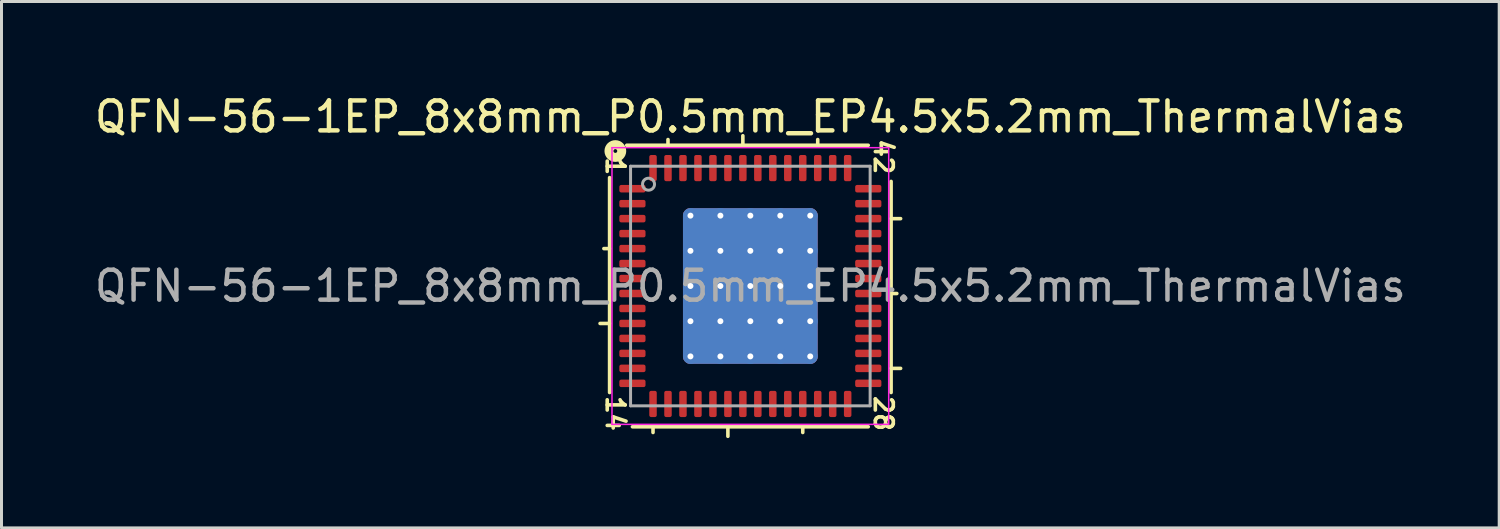
<source format=kicad_pcb>
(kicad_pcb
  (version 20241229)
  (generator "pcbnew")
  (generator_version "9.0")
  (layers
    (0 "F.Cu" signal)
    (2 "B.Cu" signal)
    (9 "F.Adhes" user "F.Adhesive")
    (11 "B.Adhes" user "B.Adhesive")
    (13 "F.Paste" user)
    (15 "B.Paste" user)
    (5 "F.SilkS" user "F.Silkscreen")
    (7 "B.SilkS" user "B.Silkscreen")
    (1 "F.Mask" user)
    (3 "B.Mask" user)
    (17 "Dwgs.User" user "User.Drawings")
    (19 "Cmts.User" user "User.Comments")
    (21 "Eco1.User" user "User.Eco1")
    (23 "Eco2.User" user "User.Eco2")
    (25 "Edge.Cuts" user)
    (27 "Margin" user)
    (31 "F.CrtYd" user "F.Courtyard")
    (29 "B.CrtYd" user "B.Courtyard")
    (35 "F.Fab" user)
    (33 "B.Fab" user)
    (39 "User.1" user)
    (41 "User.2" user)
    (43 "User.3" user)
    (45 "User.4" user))
  (footprint "QFN-56-1EP_8x8mm_P0.5mm_EP4.5x5.2mm_ThermalVias"
    (layer "F.Cu")
    (at 22.006 6.501)
    (property "Reference" "QFN-56-1EP_8x8mm_P0.5mm_EP4.5x5.2mm_ThermalVias" (at 0 -5.652 0) (layer "F.SilkS") (effects (font (size 1 1) (thickness 0.15))))
    (attr smd)
    (fp_line (start -4.7 -3.619) (end -4.7 3.556) (stroke (width 0.12) (type solid)) (layer "F.SilkS"))
    (fp_line (start -4.7 -1.25) (end -4.891 -1.25) (stroke (width 0.12) (type solid)) (layer "F.SilkS"))
    (fp_line (start -4.7 1.25) (end -5.018 1.25) (stroke (width 0.12) (type solid)) (layer "F.SilkS"))
    (fp_line (start -3.937 4.7) (end 3.937 4.7) (stroke (width 0.12) (type solid)) (layer "F.SilkS"))
    (fp_line (start -3.25 4.891) (end -3.25 4.7) (stroke (width 0.12) (type solid)) (layer "F.SilkS"))
    (fp_line (start -2.75 -4.7) (end -2.75 -4.891) (stroke (width 0.12) (type solid)) (layer "F.SilkS"))
    (fp_line (start -0.75 5.018) (end -0.75 4.7) (stroke (width 0.12) (type solid)) (layer "F.SilkS"))
    (fp_line (start -0.25 -4.7) (end -0.25 -5.018) (stroke (width 0.12) (type solid)) (layer "F.SilkS"))
    (fp_line (start 1.75 4.891) (end 1.75 4.7) (stroke (width 0.12) (type solid)) (layer "F.SilkS"))
    (fp_line (start 2.25 -4.7) (end 2.25 -4.891) (stroke (width 0.12) (type solid)) (layer "F.SilkS"))
    (fp_line (start 3.937 -4.7) (end -4.128 -4.7) (stroke (width 0.12) (type solid)) (layer "F.SilkS"))
    (fp_line (start 4.7 -2.25) (end 5.018 -2.25) (stroke (width 0.12) (type solid)) (layer "F.SilkS"))
    (fp_line (start 4.7 0.25) (end 4.891 0.25) (stroke (width 0.12) (type solid)) (layer "F.SilkS"))
    (fp_line (start 4.7 2.75) (end 5.018 2.75) (stroke (width 0.12) (type solid)) (layer "F.SilkS"))
    (fp_line (start 4.7 3.556) (end 4.7 -3.493) (stroke (width 0.12) (type solid)) (layer "F.SilkS"))
    (fp_circle (center -4.508 -4.508) (end -4.445 -4.508) (stroke (width 0.3) (type solid)) (fill no) (layer "F.SilkS"))
    (fp_line (start -4.62 -4.62) (end -4.62 4.62) (stroke (width 0.05) (type solid)) (layer "F.CrtYd"))
    (fp_line (start -4.62 4.62) (end 4.62 4.62) (stroke (width 0.05) (type solid)) (layer "F.CrtYd"))
    (fp_line (start 4.62 -4.62) (end -4.62 -4.62) (stroke (width 0.05) (type solid)) (layer "F.CrtYd"))
    (fp_line (start 4.62 4.62) (end 4.62 -4.62) (stroke (width 0.05) (type solid)) (layer "F.CrtYd"))
    (fp_line (start -4 -4) (end 4 -4) (stroke (width 0.1) (type solid)) (layer "F.Fab"))
    (fp_line (start -4 4) (end -4 -4) (stroke (width 0.1) (type solid)) (layer "F.Fab"))
    (fp_line (start 4 -4) (end 4 4) (stroke (width 0.1) (type solid)) (layer "F.Fab"))
    (fp_line (start 4 4) (end -4 4) (stroke (width 0.1) (type solid)) (layer "F.Fab"))
    (fp_circle (center -3.4 -3.4) (end -3.2 -3.4) (stroke (width 0.1) (type solid)) (fill no) (layer "F.Fab"))
    (fp_text user "28" (at 4.445 4.255 270) (unlocked yes) (layer "F.SilkS") (effects (font (size 0.6 0.6) (thickness 0.12))))
    (fp_text user "1" (at -4.508 -4 270) (unlocked yes) (layer "F.SilkS") (effects (font (size 0.6 0.6) (thickness 0.12))))
    (fp_text user "14" (at -4.508 4.255 270) (unlocked yes) (layer "F.SilkS") (effects (font (size 0.6 0.6) (thickness 0.12))))
    (fp_text user "42" (at 4.445 -4.318 270) (unlocked yes) (layer "F.SilkS") (effects (font (size 0.6 0.6) (thickness 0.12))))
    (fp_text user "${REFERENCE}" (at 0 0 0) (layer "F.Fab") (effects (font (size 1 1) (thickness 0.15))))
    (pad "" smd custom (at -1.5 -1.762) (size 0.776 0.776) (layers "F.Paste") (options (anchor circle)) (primitives (gr_poly (pts (xy 0.341 -0.33) (xy 0.341 0.33) (xy 0.262 0.408) (xy -0.262 0.408) (xy -0.341 0.33) (xy -0.341 -0.33) (xy -0.262 -0.408) (xy 0.262 -0.408)) (width 0.19) (fill yes))))
    (pad "" smd custom (at -1.5 -0.588) (size 0.776 0.776) (layers "F.Paste") (options (anchor circle)) (primitives (gr_poly (pts (xy 0.341 -0.33) (xy 0.341 0.33) (xy 0.262 0.408) (xy -0.262 0.408) (xy -0.341 0.33) (xy -0.341 -0.33) (xy -0.262 -0.408) (xy 0.262 -0.408)) (width 0.19) (fill yes))))
    (pad "" smd custom (at -1.5 0.588) (size 0.776 0.776) (layers "F.Paste") (options (anchor circle)) (primitives (gr_poly (pts (xy 0.341 -0.33) (xy 0.341 0.33) (xy 0.262 0.408) (xy -0.262 0.408) (xy -0.341 0.33) (xy -0.341 -0.33) (xy -0.262 -0.408) (xy 0.262 -0.408)) (width 0.19) (fill yes))))
    (pad "" smd custom (at -1.5 1.762) (size 0.776 0.776) (layers "F.Paste") (options (anchor circle)) (primitives (gr_poly (pts (xy 0.341 -0.33) (xy 0.341 0.33) (xy 0.262 0.408) (xy -0.262 0.408) (xy -0.341 0.33) (xy -0.341 -0.33) (xy -0.262 -0.408) (xy 0.262 -0.408)) (width 0.19) (fill yes))))
    (pad "" smd custom (at -0.5 -1.762) (size 0.776 0.776) (layers "F.Paste") (options (anchor circle)) (primitives (gr_poly (pts (xy 0.341 -0.33) (xy 0.341 0.33) (xy 0.262 0.408) (xy -0.262 0.408) (xy -0.341 0.33) (xy -0.341 -0.33) (xy -0.262 -0.408) (xy 0.262 -0.408)) (width 0.19) (fill yes))))
    (pad "" smd custom (at -0.5 -0.588) (size 0.776 0.776) (layers "F.Paste") (options (anchor circle)) (primitives (gr_poly (pts (xy 0.341 -0.33) (xy 0.341 0.33) (xy 0.262 0.408) (xy -0.262 0.408) (xy -0.341 0.33) (xy -0.341 -0.33) (xy -0.262 -0.408) (xy 0.262 -0.408)) (width 0.19) (fill yes))))
    (pad "" smd custom (at -0.5 0.588) (size 0.776 0.776) (layers "F.Paste") (options (anchor circle)) (primitives (gr_poly (pts (xy 0.341 -0.33) (xy 0.341 0.33) (xy 0.262 0.408) (xy -0.262 0.408) (xy -0.341 0.33) (xy -0.341 -0.33) (xy -0.262 -0.408) (xy 0.262 -0.408)) (width 0.19) (fill yes))))
    (pad "" smd custom (at -0.5 1.762) (size 0.776 0.776) (layers "F.Paste") (options (anchor circle)) (primitives (gr_poly (pts (xy 0.341 -0.33) (xy 0.341 0.33) (xy 0.262 0.408) (xy -0.262 0.408) (xy -0.341 0.33) (xy -0.341 -0.33) (xy -0.262 -0.408) (xy 0.262 -0.408)) (width 0.19) (fill yes))))
    (pad "" smd custom (at 0.5 -1.762) (size 0.776 0.776) (layers "F.Paste") (options (anchor circle)) (primitives (gr_poly (pts (xy 0.341 -0.33) (xy 0.341 0.33) (xy 0.262 0.408) (xy -0.262 0.408) (xy -0.341 0.33) (xy -0.341 -0.33) (xy -0.262 -0.408) (xy 0.262 -0.408)) (width 0.19) (fill yes))))
    (pad "" smd custom (at 0.5 -0.588) (size 0.776 0.776) (layers "F.Paste") (options (anchor circle)) (primitives (gr_poly (pts (xy 0.341 -0.33) (xy 0.341 0.33) (xy 0.262 0.408) (xy -0.262 0.408) (xy -0.341 0.33) (xy -0.341 -0.33) (xy -0.262 -0.408) (xy 0.262 -0.408)) (width 0.19) (fill yes))))
    (pad "" smd custom (at 0.5 0.588) (size 0.776 0.776) (layers "F.Paste") (options (anchor circle)) (primitives (gr_poly (pts (xy 0.341 -0.33) (xy 0.341 0.33) (xy 0.262 0.408) (xy -0.262 0.408) (xy -0.341 0.33) (xy -0.341 -0.33) (xy -0.262 -0.408) (xy 0.262 -0.408)) (width 0.19) (fill yes))))
    (pad "" smd custom (at 0.5 1.762) (size 0.776 0.776) (layers "F.Paste") (options (anchor circle)) (primitives (gr_poly (pts (xy 0.341 -0.33) (xy 0.341 0.33) (xy 0.262 0.408) (xy -0.262 0.408) (xy -0.341 0.33) (xy -0.341 -0.33) (xy -0.262 -0.408) (xy 0.262 -0.408)) (width 0.19) (fill yes))))
    (pad "" smd custom (at 1.5 -1.762) (size 0.776 0.776) (layers "F.Paste") (options (anchor circle)) (primitives (gr_poly (pts (xy 0.341 -0.33) (xy 0.341 0.33) (xy 0.262 0.408) (xy -0.262 0.408) (xy -0.341 0.33) (xy -0.341 -0.33) (xy -0.262 -0.408) (xy 0.262 -0.408)) (width 0.19) (fill yes))))
    (pad "" smd custom (at 1.5 -0.588) (size 0.776 0.776) (layers "F.Paste") (options (anchor circle)) (primitives (gr_poly (pts (xy 0.341 -0.33) (xy 0.341 0.33) (xy 0.262 0.408) (xy -0.262 0.408) (xy -0.341 0.33) (xy -0.341 -0.33) (xy -0.262 -0.408) (xy 0.262 -0.408)) (width 0.19) (fill yes))))
    (pad "" smd custom (at 1.5 0.588) (size 0.776 0.776) (layers "F.Paste") (options (anchor circle)) (primitives (gr_poly (pts (xy 0.341 -0.33) (xy 0.341 0.33) (xy 0.262 0.408) (xy -0.262 0.408) (xy -0.341 0.33) (xy -0.341 -0.33) (xy -0.262 -0.408) (xy 0.262 -0.408)) (width 0.19) (fill yes))))
    (pad "" smd custom (at 1.5 1.762) (size 0.776 0.776) (layers "F.Paste") (options (anchor circle)) (primitives (gr_poly (pts (xy 0.341 -0.33) (xy 0.341 0.33) (xy 0.262 0.408) (xy -0.262 0.408) (xy -0.341 0.33) (xy -0.341 -0.33) (xy -0.262 -0.408) (xy 0.262 -0.408)) (width 0.19) (fill yes))))
    (pad "1" smd roundrect (at -3.938 -3.25) (size 0.875 0.25) (layers "F.Cu" "F.Mask" "F.Paste") (roundrect_rratio 0.25))
    (pad "2" smd roundrect (at -3.938 -2.75) (size 0.875 0.25) (layers "F.Cu" "F.Mask" "F.Paste") (roundrect_rratio 0.25))
    (pad "3" smd roundrect (at -3.938 -2.25) (size 0.875 0.25) (layers "F.Cu" "F.Mask" "F.Paste") (roundrect_rratio 0.25))
    (pad "4" smd roundrect (at -3.938 -1.75) (size 0.875 0.25) (layers "F.Cu" "F.Mask" "F.Paste") (roundrect_rratio 0.25))
    (pad "5" smd roundrect (at -3.938 -1.25) (size 0.875 0.25) (layers "F.Cu" "F.Mask" "F.Paste") (roundrect_rratio 0.25))
    (pad "6" smd roundrect (at -3.938 -0.75) (size 0.875 0.25) (layers "F.Cu" "F.Mask" "F.Paste") (roundrect_rratio 0.25))
    (pad "7" smd roundrect (at -3.938 -0.25) (size 0.875 0.25) (layers "F.Cu" "F.Mask" "F.Paste") (roundrect_rratio 0.25))
    (pad "8" smd roundrect (at -3.938 0.25) (size 0.875 0.25) (layers "F.Cu" "F.Mask" "F.Paste") (roundrect_rratio 0.25))
    (pad "9" smd roundrect (at -3.938 0.75) (size 0.875 0.25) (layers "F.Cu" "F.Mask" "F.Paste") (roundrect_rratio 0.25))
    (pad "10" smd roundrect (at -3.938 1.25) (size 0.875 0.25) (layers "F.Cu" "F.Mask" "F.Paste") (roundrect_rratio 0.25))
    (pad "11" smd roundrect (at -3.938 1.75) (size 0.875 0.25) (layers "F.Cu" "F.Mask" "F.Paste") (roundrect_rratio 0.25))
    (pad "12" smd roundrect (at -3.938 2.25) (size 0.875 0.25) (layers "F.Cu" "F.Mask" "F.Paste") (roundrect_rratio 0.25))
    (pad "13" smd roundrect (at -3.938 2.75) (size 0.875 0.25) (layers "F.Cu" "F.Mask" "F.Paste") (roundrect_rratio 0.25))
    (pad "14" smd roundrect (at -3.938 3.25) (size 0.875 0.25) (layers "F.Cu" "F.Mask" "F.Paste") (roundrect_rratio 0.25))
    (pad "15" smd roundrect (at -3.25 3.938) (size 0.25 0.875) (layers "F.Cu" "F.Mask" "F.Paste") (roundrect_rratio 0.25))
    (pad "16" smd roundrect (at -2.75 3.938) (size 0.25 0.875) (layers "F.Cu" "F.Mask" "F.Paste") (roundrect_rratio 0.25))
    (pad "17" smd roundrect (at -2.25 3.938) (size 0.25 0.875) (layers "F.Cu" "F.Mask" "F.Paste") (roundrect_rratio 0.25))
    (pad "18" smd roundrect (at -1.75 3.938) (size 0.25 0.875) (layers "F.Cu" "F.Mask" "F.Paste") (roundrect_rratio 0.25))
    (pad "19" smd roundrect (at -1.25 3.938) (size 0.25 0.875) (layers "F.Cu" "F.Mask" "F.Paste") (roundrect_rratio 0.25))
    (pad "20" smd roundrect (at -0.75 3.938) (size 0.25 0.875) (layers "F.Cu" "F.Mask" "F.Paste") (roundrect_rratio 0.25))
    (pad "21" smd roundrect (at -0.25 3.938) (size 0.25 0.875) (layers "F.Cu" "F.Mask" "F.Paste") (roundrect_rratio 0.25))
    (pad "22" smd roundrect (at 0.25 3.938) (size 0.25 0.875) (layers "F.Cu" "F.Mask" "F.Paste") (roundrect_rratio 0.25))
    (pad "23" smd roundrect (at 0.75 3.938) (size 0.25 0.875) (layers "F.Cu" "F.Mask" "F.Paste") (roundrect_rratio 0.25))
    (pad "24" smd roundrect (at 1.25 3.938) (size 0.25 0.875) (layers "F.Cu" "F.Mask" "F.Paste") (roundrect_rratio 0.25))
    (pad "25" smd roundrect (at 1.75 3.938) (size 0.25 0.875) (layers "F.Cu" "F.Mask" "F.Paste") (roundrect_rratio 0.25))
    (pad "26" smd roundrect (at 2.25 3.938) (size 0.25 0.875) (layers "F.Cu" "F.Mask" "F.Paste") (roundrect_rratio 0.25))
    (pad "27" smd roundrect (at 2.75 3.938) (size 0.25 0.875) (layers "F.Cu" "F.Mask" "F.Paste") (roundrect_rratio 0.25))
    (pad "28" smd roundrect (at 3.25 3.938) (size 0.25 0.875) (layers "F.Cu" "F.Mask" "F.Paste") (roundrect_rratio 0.25))
    (pad "29" smd roundrect (at 3.938 3.25) (size 0.875 0.25) (layers "F.Cu" "F.Mask" "F.Paste") (roundrect_rratio 0.25))
    (pad "30" smd roundrect (at 3.938 2.75) (size 0.875 0.25) (layers "F.Cu" "F.Mask" "F.Paste") (roundrect_rratio 0.25))
    (pad "31" smd roundrect (at 3.938 2.25) (size 0.875 0.25) (layers "F.Cu" "F.Mask" "F.Paste") (roundrect_rratio 0.25))
    (pad "32" smd roundrect (at 3.938 1.75) (size 0.875 0.25) (layers "F.Cu" "F.Mask" "F.Paste") (roundrect_rratio 0.25))
    (pad "33" smd roundrect (at 3.938 1.25) (size 0.875 0.25) (layers "F.Cu" "F.Mask" "F.Paste") (roundrect_rratio 0.25))
    (pad "34" smd roundrect (at 3.938 0.75) (size 0.875 0.25) (layers "F.Cu" "F.Mask" "F.Paste") (roundrect_rratio 0.25))
    (pad "35" smd roundrect (at 3.938 0.25) (size 0.875 0.25) (layers "F.Cu" "F.Mask" "F.Paste") (roundrect_rratio 0.25))
    (pad "36" smd roundrect (at 3.938 -0.25) (size 0.875 0.25) (layers "F.Cu" "F.Mask" "F.Paste") (roundrect_rratio 0.25))
    (pad "37" smd roundrect (at 3.938 -0.75) (size 0.875 0.25) (layers "F.Cu" "F.Mask" "F.Paste") (roundrect_rratio 0.25))
    (pad "38" smd roundrect (at 3.938 -1.25) (size 0.875 0.25) (layers "F.Cu" "F.Mask" "F.Paste") (roundrect_rratio 0.25))
    (pad "39" smd roundrect (at 3.938 -1.75) (size 0.875 0.25) (layers "F.Cu" "F.Mask" "F.Paste") (roundrect_rratio 0.25))
    (pad "40" smd roundrect (at 3.938 -2.25) (size 0.875 0.25) (layers "F.Cu" "F.Mask" "F.Paste") (roundrect_rratio 0.25))
    (pad "41" smd roundrect (at 3.938 -2.75) (size 0.875 0.25) (layers "F.Cu" "F.Mask" "F.Paste") (roundrect_rratio 0.25))
    (pad "42" smd roundrect (at 3.938 -3.25) (size 0.875 0.25) (layers "F.Cu" "F.Mask" "F.Paste") (roundrect_rratio 0.25))
    (pad "43" smd roundrect (at 3.25 -3.938) (size 0.25 0.875) (layers "F.Cu" "F.Mask" "F.Paste") (roundrect_rratio 0.25))
    (pad "44" smd roundrect (at 2.75 -3.938) (size 0.25 0.875) (layers "F.Cu" "F.Mask" "F.Paste") (roundrect_rratio 0.25))
    (pad "45" smd roundrect (at 2.25 -3.938) (size 0.25 0.875) (layers "F.Cu" "F.Mask" "F.Paste") (roundrect_rratio 0.25))
    (pad "46" smd roundrect (at 1.75 -3.938) (size 0.25 0.875) (layers "F.Cu" "F.Mask" "F.Paste") (roundrect_rratio 0.25))
    (pad "47" smd roundrect (at 1.25 -3.938) (size 0.25 0.875) (layers "F.Cu" "F.Mask" "F.Paste") (roundrect_rratio 0.25))
    (pad "48" smd roundrect (at 0.75 -3.938) (size 0.25 0.875) (layers "F.Cu" "F.Mask" "F.Paste") (roundrect_rratio 0.25))
    (pad "49" smd roundrect (at 0.25 -3.938) (size 0.25 0.875) (layers "F.Cu" "F.Mask" "F.Paste") (roundrect_rratio 0.25))
    (pad "50" smd roundrect (at -0.25 -3.938) (size 0.25 0.875) (layers "F.Cu" "F.Mask" "F.Paste") (roundrect_rratio 0.25))
    (pad "51" smd roundrect (at -0.75 -3.938) (size 0.25 0.875) (layers "F.Cu" "F.Mask" "F.Paste") (roundrect_rratio 0.25))
    (pad "52" smd roundrect (at -1.25 -3.938) (size 0.25 0.875) (layers "F.Cu" "F.Mask" "F.Paste") (roundrect_rratio 0.25))
    (pad "53" smd roundrect (at -1.75 -3.938) (size 0.25 0.875) (layers "F.Cu" "F.Mask" "F.Paste") (roundrect_rratio 0.25))
    (pad "54" smd roundrect (at -2.25 -3.938) (size 0.25 0.875) (layers "F.Cu" "F.Mask" "F.Paste") (roundrect_rratio 0.25))
    (pad "55" smd roundrect (at -2.75 -3.938) (size 0.25 0.875) (layers "F.Cu" "F.Mask" "F.Paste") (roundrect_rratio 0.25))
    (pad "56" smd roundrect (at -3.25 -3.938) (size 0.25 0.875) (layers "F.Cu" "F.Mask" "F.Paste") (roundrect_rratio 0.25))
    (pad "57" thru_hole circle (at -2 -2.35) (size 0.5 0.5) (drill 0.2) (property pad_prop_heatsink) (layers "*.Cu"))
    (pad "57" thru_hole circle (at -2 -1.175) (size 0.5 0.5) (drill 0.2) (property pad_prop_heatsink) (layers "*.Cu"))
    (pad "57" thru_hole circle (at -2 0) (size 0.5 0.5) (drill 0.2) (property pad_prop_heatsink) (layers "*.Cu"))
    (pad "57" thru_hole circle (at -2 1.175) (size 0.5 0.5) (drill 0.2) (property pad_prop_heatsink) (layers "*.Cu"))
    (pad "57" thru_hole circle (at -2 2.35) (size 0.5 0.5) (drill 0.2) (property pad_prop_heatsink) (layers "*.Cu"))
    (pad "57" thru_hole circle (at -1 -2.35) (size 0.5 0.5) (drill 0.2) (property pad_prop_heatsink) (layers "*.Cu"))
    (pad "57" thru_hole circle (at -1 -1.175) (size 0.5 0.5) (drill 0.2) (property pad_prop_heatsink) (layers "*.Cu"))
    (pad "57" thru_hole circle (at -1 0) (size 0.5 0.5) (drill 0.2) (property pad_prop_heatsink) (layers "*.Cu"))
    (pad "57" thru_hole circle (at -1 1.175) (size 0.5 0.5) (drill 0.2) (property pad_prop_heatsink) (layers "*.Cu"))
    (pad "57" thru_hole circle (at -1 2.35) (size 0.5 0.5) (drill 0.2) (property pad_prop_heatsink) (layers "*.Cu"))
    (pad "57" thru_hole circle (at 0 -2.35) (size 0.5 0.5) (drill 0.2) (property pad_prop_heatsink) (layers "*.Cu"))
    (pad "57" thru_hole circle (at 0 -1.175) (size 0.5 0.5) (drill 0.2) (property pad_prop_heatsink) (layers "*.Cu"))
    (pad "57" thru_hole circle (at 0 0) (size 0.5 0.5) (drill 0.2) (property pad_prop_heatsink) (layers "*.Cu"))
    (pad "57" smd roundrect (at 0 0) (size 4.5 5.2) (layers "F.Cu" "F.Mask") (roundrect_rratio 0.056))
    (pad "57" smd roundrect (at 0 0) (size 4.5 5.2) (layers "B.Cu" "B.Mask") (roundrect_rratio 0.056))
    (pad "57" thru_hole circle (at 0 1.175) (size 0.5 0.5) (drill 0.2) (property pad_prop_heatsink) (layers "*.Cu"))
    (pad "57" thru_hole circle (at 0 2.35) (size 0.5 0.5) (drill 0.2) (property pad_prop_heatsink) (layers "*.Cu"))
    (pad "57" thru_hole circle (at 1 -2.35) (size 0.5 0.5) (drill 0.2) (property pad_prop_heatsink) (layers "*.Cu"))
    (pad "57" thru_hole circle (at 1 -1.175) (size 0.5 0.5) (drill 0.2) (property pad_prop_heatsink) (layers "*.Cu"))
    (pad "57" thru_hole circle (at 1 0) (size 0.5 0.5) (drill 0.2) (property pad_prop_heatsink) (layers "*.Cu"))
    (pad "57" thru_hole circle (at 1 1.175) (size 0.5 0.5) (drill 0.2) (property pad_prop_heatsink) (layers "*.Cu"))
    (pad "57" thru_hole circle (at 1 2.35) (size 0.5 0.5) (drill 0.2) (property pad_prop_heatsink) (layers "*.Cu"))
    (pad "57" thru_hole circle (at 2 -2.35) (size 0.5 0.5) (drill 0.2) (property pad_prop_heatsink) (layers "*.Cu"))
    (pad "57" thru_hole circle (at 2 -1.175) (size 0.5 0.5) (drill 0.2) (property pad_prop_heatsink) (layers "*.Cu"))
    (pad "57" thru_hole circle (at 2 0) (size 0.5 0.5) (drill 0.2) (property pad_prop_heatsink) (layers "*.Cu"))
    (pad "57" thru_hole circle (at 2 1.175) (size 0.5 0.5) (drill 0.2) (property pad_prop_heatsink) (layers "*.Cu"))
    (pad "57" thru_hole circle (at 2 2.35) (size 0.5 0.5) (drill 0.2) (property pad_prop_heatsink) (layers "*.Cu")))
  (gr_rect
    (start -3 -3)
    (end 47.012 14.578)
    (stroke (width 0.1) (type default))
    (fill no)
    (layer "Edge.Cuts")))
</source>
